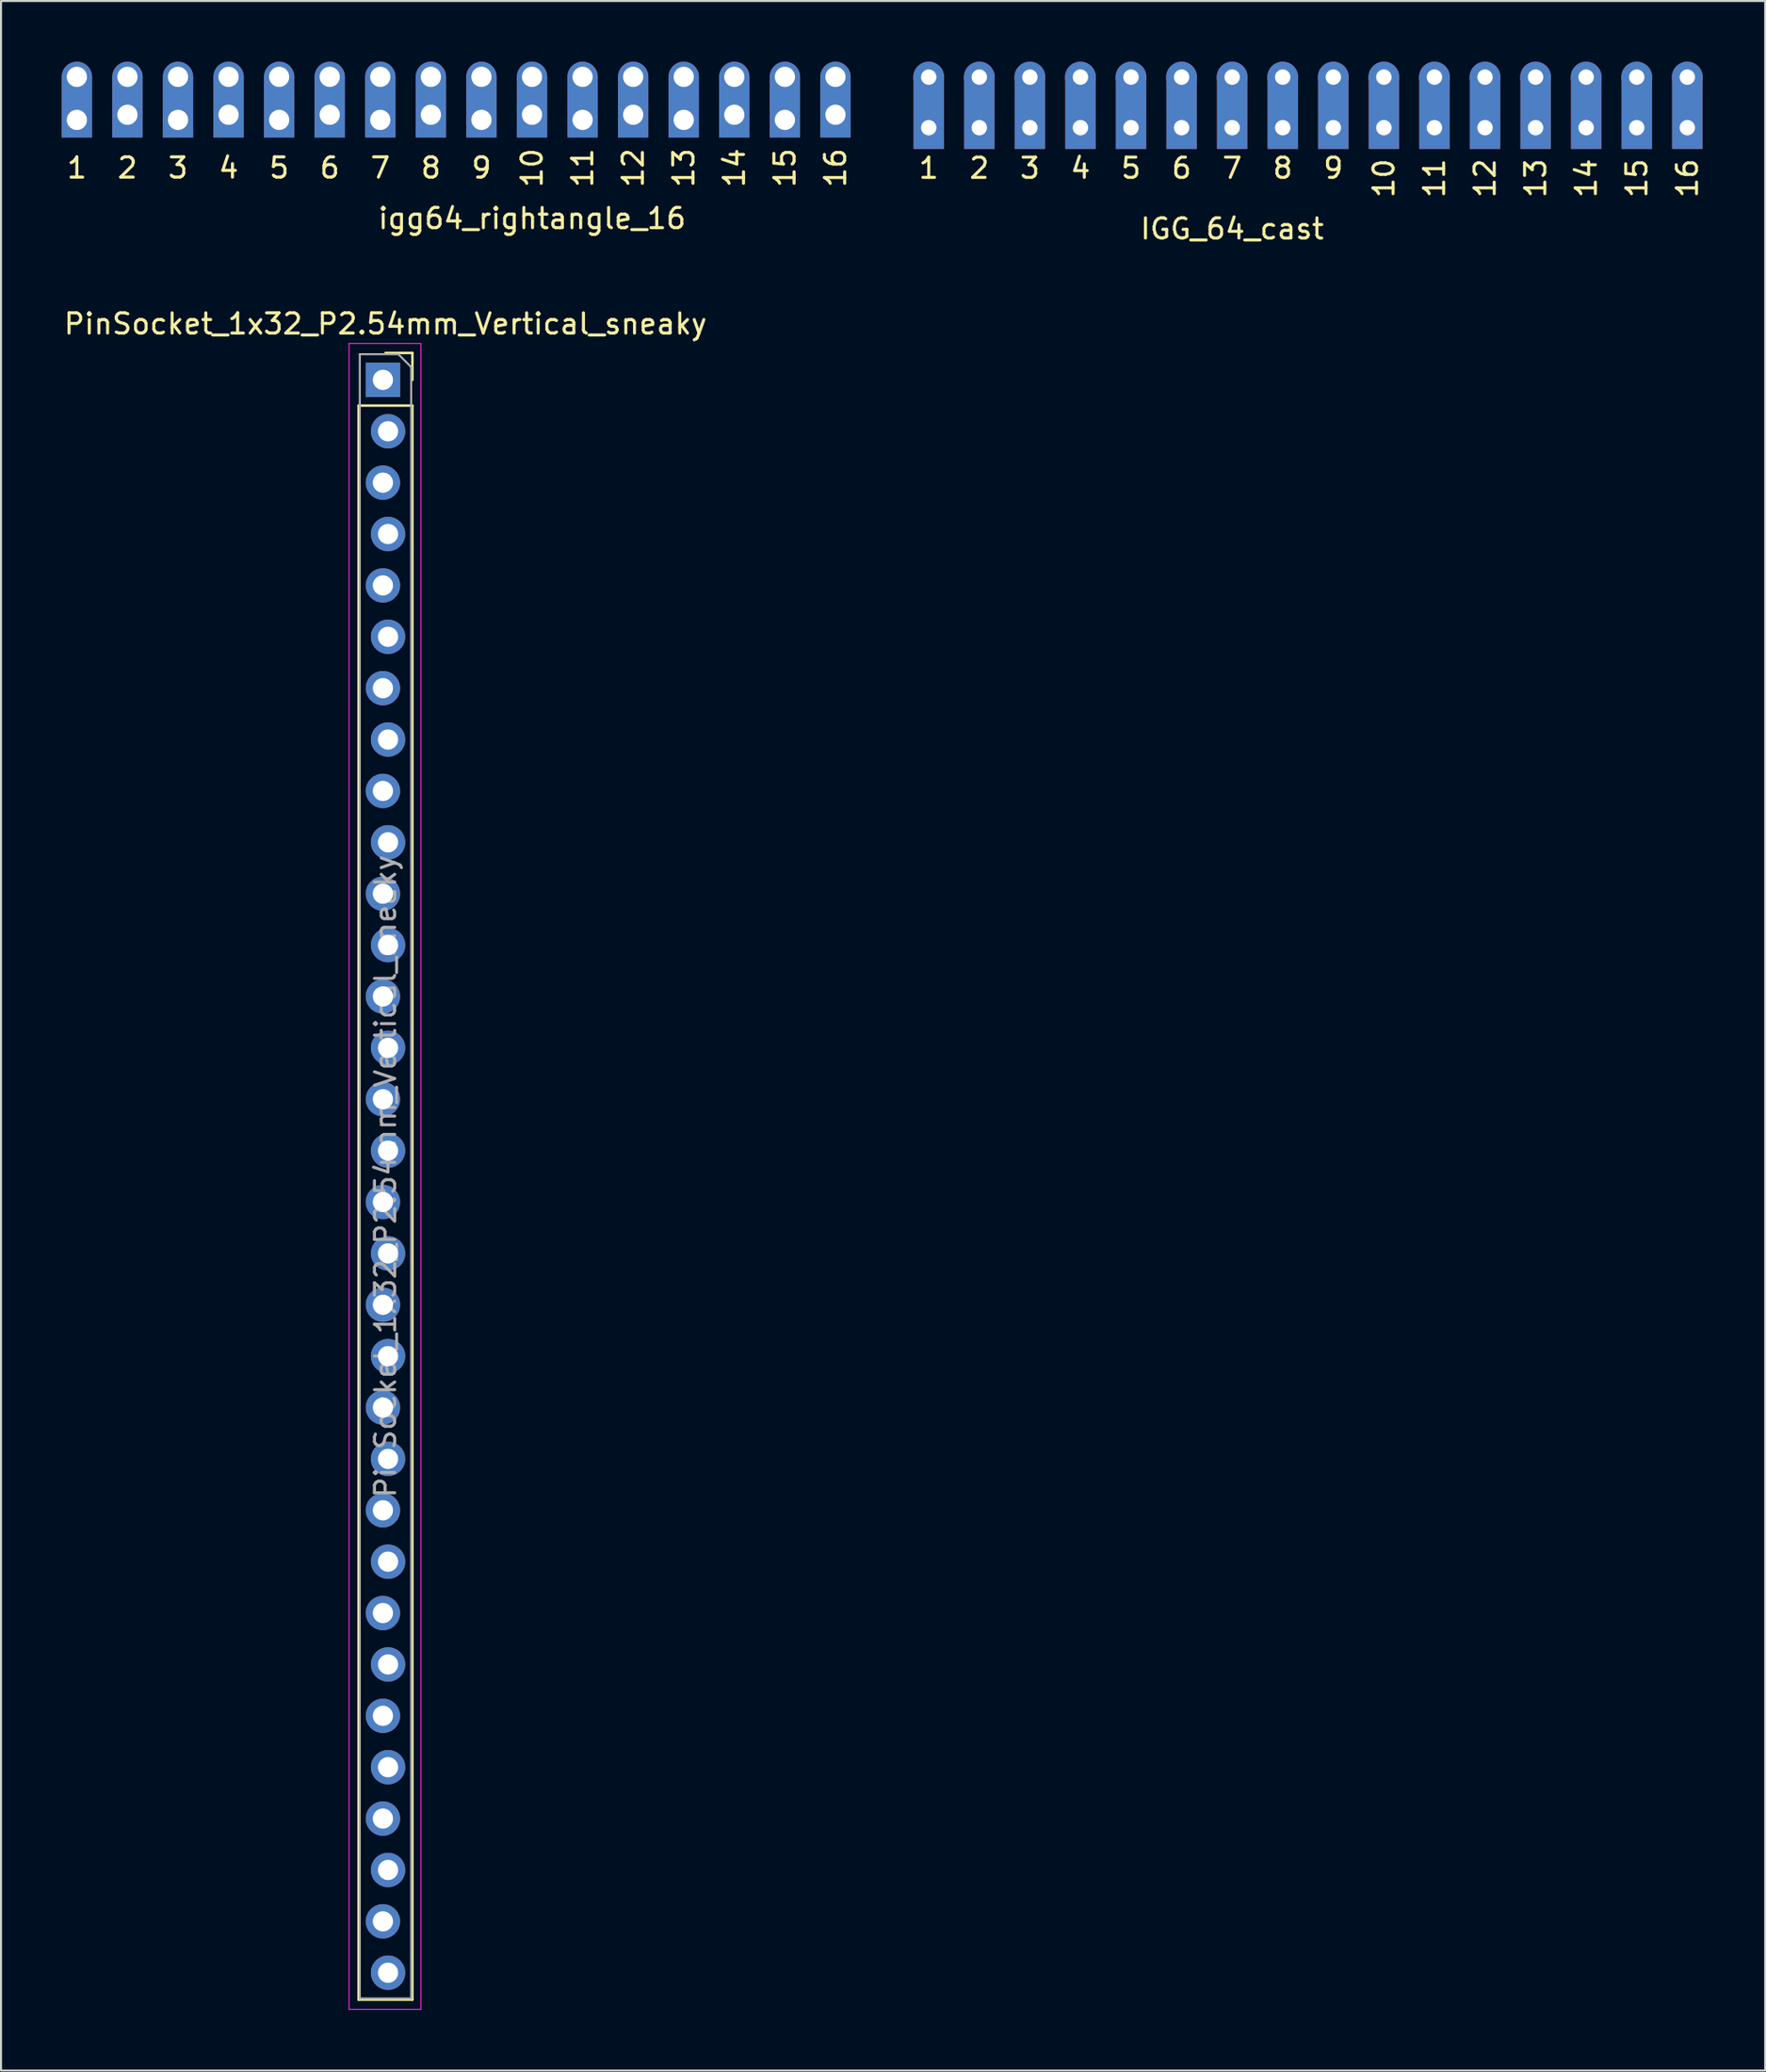
<source format=kicad_pcb>
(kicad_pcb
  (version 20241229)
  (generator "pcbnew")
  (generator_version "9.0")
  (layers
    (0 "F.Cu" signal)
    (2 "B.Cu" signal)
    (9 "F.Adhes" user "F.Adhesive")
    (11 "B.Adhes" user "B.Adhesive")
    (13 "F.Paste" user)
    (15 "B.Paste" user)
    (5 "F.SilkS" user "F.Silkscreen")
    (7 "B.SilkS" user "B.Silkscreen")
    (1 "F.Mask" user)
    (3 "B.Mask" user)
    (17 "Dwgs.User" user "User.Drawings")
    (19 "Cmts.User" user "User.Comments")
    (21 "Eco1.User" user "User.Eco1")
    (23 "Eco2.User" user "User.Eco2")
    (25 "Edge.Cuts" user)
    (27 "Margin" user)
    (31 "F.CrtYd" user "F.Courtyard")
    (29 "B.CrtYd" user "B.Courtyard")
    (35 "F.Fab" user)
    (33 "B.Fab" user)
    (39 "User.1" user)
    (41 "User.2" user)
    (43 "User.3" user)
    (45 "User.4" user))
  (footprint "PinSocket_1x32_P2.54mm_Vertical_sneaky"
    (layer "F.Cu")
    (at 16.006 15.729)
    (property "Reference" "PinSocket_1x32_P2.54mm_Vertical_sneaky" (at 0 -2.77 0) (layer "F.SilkS") (effects (font (size 1 1) (thickness 0.15))))
    (attr through_hole)
    (fp_line (start -1.33 1.27) (end -1.33 80.07) (stroke (width 0.12) (type solid)) (layer "F.SilkS"))
    (fp_line (start -1.33 1.27) (end 1.33 1.27) (stroke (width 0.12) (type solid)) (layer "F.SilkS"))
    (fp_line (start -1.33 80.07) (end 1.33 80.07) (stroke (width 0.12) (type solid)) (layer "F.SilkS"))
    (fp_line (start 0 -1.33) (end 1.33 -1.33) (stroke (width 0.12) (type solid)) (layer "F.SilkS"))
    (fp_line (start 1.33 -1.33) (end 1.33 0) (stroke (width 0.12) (type solid)) (layer "F.SilkS"))
    (fp_line (start 1.33 1.27) (end 1.33 80.07) (stroke (width 0.12) (type solid)) (layer "F.SilkS"))
    (fp_line (start -1.8 -1.8) (end 1.75 -1.8) (stroke (width 0.05) (type solid)) (layer "F.CrtYd"))
    (fp_line (start -1.8 80.55) (end -1.8 -1.8) (stroke (width 0.05) (type solid)) (layer "F.CrtYd"))
    (fp_line (start 1.75 -1.8) (end 1.75 80.55) (stroke (width 0.05) (type solid)) (layer "F.CrtYd"))
    (fp_line (start 1.75 80.55) (end -1.8 80.55) (stroke (width 0.05) (type solid)) (layer "F.CrtYd"))
    (fp_line (start -1.27 -1.27) (end 0.635 -1.27) (stroke (width 0.1) (type solid)) (layer "F.Fab"))
    (fp_line (start -1.27 80.01) (end -1.27 -1.27) (stroke (width 0.1) (type solid)) (layer "F.Fab"))
    (fp_line (start 0.635 -1.27) (end 1.27 -0.635) (stroke (width 0.1) (type solid)) (layer "F.Fab"))
    (fp_line (start 1.27 -0.635) (end 1.27 80.01) (stroke (width 0.1) (type solid)) (layer "F.Fab"))
    (fp_line (start 1.27 80.01) (end -1.27 80.01) (stroke (width 0.1) (type solid)) (layer "F.Fab"))
    (fp_text user "${REFERENCE}" (at 0 39.37 90) (layer "F.Fab") (effects (font (size 1 1) (thickness 0.15))))
    (pad "1" thru_hole rect (at -0.127 0) (size 1.7 1.7) (drill 1) (layers "*.Cu" "*.Mask"))
    (pad "2" thru_hole oval (at 0.127 2.54) (size 1.7 1.7) (drill 1) (layers "*.Cu" "*.Mask"))
    (pad "3" thru_hole oval (at -0.127 5.08) (size 1.7 1.7) (drill 1) (layers "*.Cu" "*.Mask"))
    (pad "4" thru_hole oval (at 0.127 7.62) (size 1.7 1.7) (drill 1) (layers "*.Cu" "*.Mask"))
    (pad "5" thru_hole oval (at -0.127 10.16) (size 1.7 1.7) (drill 1) (layers "*.Cu" "*.Mask"))
    (pad "6" thru_hole oval (at 0.127 12.7) (size 1.7 1.7) (drill 1) (layers "*.Cu" "*.Mask"))
    (pad "7" thru_hole oval (at -0.127 15.24) (size 1.7 1.7) (drill 1) (layers "*.Cu" "*.Mask"))
    (pad "8" thru_hole oval (at 0.127 17.78) (size 1.7 1.7) (drill 1) (layers "*.Cu" "*.Mask"))
    (pad "9" thru_hole oval (at -0.127 20.32) (size 1.7 1.7) (drill 1) (layers "*.Cu" "*.Mask"))
    (pad "10" thru_hole oval (at 0.127 22.86) (size 1.7 1.7) (drill 1) (layers "*.Cu" "*.Mask"))
    (pad "11" thru_hole oval (at -0.127 25.4) (size 1.7 1.7) (drill 1) (layers "*.Cu" "*.Mask"))
    (pad "12" thru_hole oval (at 0.127 27.94) (size 1.7 1.7) (drill 1) (layers "*.Cu" "*.Mask"))
    (pad "13" thru_hole oval (at -0.127 30.48) (size 1.7 1.7) (drill 1) (layers "*.Cu" "*.Mask"))
    (pad "14" thru_hole oval (at 0.127 33.02) (size 1.7 1.7) (drill 1) (layers "*.Cu" "*.Mask"))
    (pad "15" thru_hole oval (at -0.127 35.56) (size 1.7 1.7) (drill 1) (layers "*.Cu" "*.Mask"))
    (pad "16" thru_hole oval (at 0.127 38.1) (size 1.7 1.7) (drill 1) (layers "*.Cu" "*.Mask"))
    (pad "17" thru_hole oval (at -0.127 40.64) (size 1.7 1.7) (drill 1) (layers "*.Cu" "*.Mask"))
    (pad "18" thru_hole oval (at 0.127 43.18) (size 1.7 1.7) (drill 1) (layers "*.Cu" "*.Mask"))
    (pad "19" thru_hole oval (at -0.127 45.72) (size 1.7 1.7) (drill 1) (layers "*.Cu" "*.Mask"))
    (pad "20" thru_hole oval (at 0.127 48.26) (size 1.7 1.7) (drill 1) (layers "*.Cu" "*.Mask"))
    (pad "21" thru_hole oval (at -0.127 50.8) (size 1.7 1.7) (drill 1) (layers "*.Cu" "*.Mask"))
    (pad "22" thru_hole oval (at 0.127 53.34) (size 1.7 1.7) (drill 1) (layers "*.Cu" "*.Mask"))
    (pad "23" thru_hole oval (at -0.127 55.88) (size 1.7 1.7) (drill 1) (layers "*.Cu" "*.Mask"))
    (pad "24" thru_hole oval (at 0.127 58.42) (size 1.7 1.7) (drill 1) (layers "*.Cu" "*.Mask"))
    (pad "25" thru_hole oval (at -0.127 60.96) (size 1.7 1.7) (drill 1) (layers "*.Cu" "*.Mask"))
    (pad "26" thru_hole oval (at 0.127 63.5) (size 1.7 1.7) (drill 1) (layers "*.Cu" "*.Mask"))
    (pad "27" thru_hole oval (at -0.127 66.04) (size 1.7 1.7) (drill 1) (layers "*.Cu" "*.Mask"))
    (pad "28" thru_hole oval (at 0.127 68.58) (size 1.7 1.7) (drill 1) (layers "*.Cu" "*.Mask"))
    (pad "29" thru_hole oval (at -0.127 71.12) (size 1.7 1.7) (drill 1) (layers "*.Cu" "*.Mask"))
    (pad "30" thru_hole oval (at 0.127 73.66) (size 1.7 1.7) (drill 1) (layers "*.Cu" "*.Mask"))
    (pad "31" thru_hole oval (at -0.127 76.2) (size 1.7 1.7) (drill 1) (layers "*.Cu" "*.Mask"))
    (pad "32" thru_hole oval (at 0.127 78.74) (size 1.7 1.7) (drill 1) (layers "*.Cu" "*.Mask")))
  (footprint "IGG_64_cast"
    (layer "F.Cu")
    (at 60.36 3.262)
    (property "Reference" "IGG_64_cast" (at -2.5 5 0) (layer "F.SilkS") (effects (font (size 1 1) (thickness 0.15))))
    (attr through_hole)
    (fp_text user "5" (at -7.5 2 0) (layer "F.SilkS") (effects (font (size 1 1) (thickness 0.15))))
    (fp_text user "11" (at 7.5 2.5 90) (layer "F.SilkS") (effects (font (size 1 1) (thickness 0.15))))
    (fp_text user "3" (at -12.5 2 0) (layer "F.SilkS") (effects (font (size 1 1) (thickness 0.15))))
    (fp_text user "1" (at -17.5 2 0) (layer "F.SilkS") (effects (font (size 1 1) (thickness 0.15))))
    (fp_text user "6" (at -5 2 0) (layer "F.SilkS") (effects (font (size 1 1) (thickness 0.15))))
    (fp_text user "12" (at 10 2.5 90) (layer "F.SilkS") (effects (font (size 1 1) (thickness 0.15))))
    (fp_text user "7" (at -2.5 2 0) (layer "F.SilkS") (effects (font (size 1 1) (thickness 0.15))))
    (fp_text user "15" (at 17.5 2.5 90) (layer "F.SilkS") (effects (font (size 1 1) (thickness 0.15))))
    (fp_text user "16" (at 20 2.5 90) (layer "F.SilkS") (effects (font (size 1 1) (thickness 0.15))))
    (fp_text user "10" (at 5 2.5 90) (layer "F.SilkS") (effects (font (size 1 1) (thickness 0.15))))
    (fp_text user "2" (at -15 2 0) (layer "F.SilkS") (effects (font (size 1 1) (thickness 0.15))))
    (fp_text user "13" (at 12.5 2.5 90) (layer "F.SilkS") (effects (font (size 1 1) (thickness 0.15))))
    (fp_text user "14" (at 15 2.5 90) (layer "F.SilkS") (effects (font (size 1 1) (thickness 0.15))))
    (fp_text user "4" (at -10 2 0) (layer "F.SilkS") (effects (font (size 1 1) (thickness 0.15))))
    (fp_text user "8" (at 0 2 0) (layer "F.SilkS") (effects (font (size 1 1) (thickness 0.15))))
    (fp_text user "9" (at 2.5 2 0) (layer "F.SilkS") (effects (font (size 1 1) (thickness 0.15))))
    (pad "" thru_hole circle (at -17.5 -2.5) (size 1.524 1.524) (drill 0.762) (layers "*.Cu" "*.Mask"))
    (pad "" thru_hole circle (at -15 -2.5) (size 1.524 1.524) (drill 0.762) (layers "*.Cu" "*.Mask"))
    (pad "" thru_hole circle (at -12.5 -2.5) (size 1.524 1.524) (drill 0.762) (layers "*.Cu" "*.Mask"))
    (pad "" thru_hole circle (at -10 -2.5) (size 1.524 1.524) (drill 0.762) (layers "*.Cu" "*.Mask"))
    (pad "" thru_hole circle (at -7.5 -2.5) (size 1.524 1.524) (drill 0.762) (layers "*.Cu" "*.Mask"))
    (pad "" thru_hole circle (at -5 -2.5) (size 1.524 1.524) (drill 0.762) (layers "*.Cu" "*.Mask"))
    (pad "" thru_hole circle (at -2.5 -2.5) (size 1.524 1.524) (drill 0.762) (layers "*.Cu" "*.Mask"))
    (pad "" thru_hole circle (at 0 -2.5) (size 1.524 1.524) (drill 0.762) (layers "*.Cu" "*.Mask"))
    (pad "" thru_hole circle (at 2.5 -2.5) (size 1.524 1.524) (drill 0.762) (layers "*.Cu" "*.Mask"))
    (pad "" thru_hole circle (at 5 -2.5) (size 1.524 1.524) (drill 0.762) (layers "*.Cu" "*.Mask"))
    (pad "" thru_hole circle (at 7.5 -2.5) (size 1.524 1.524) (drill 0.762) (layers "*.Cu" "*.Mask"))
    (pad "" thru_hole circle (at 10 -2.5) (size 1.524 1.524) (drill 0.762) (layers "*.Cu" "*.Mask"))
    (pad "" thru_hole circle (at 12.5 -2.5) (size 1.524 1.524) (drill 0.762) (layers "*.Cu" "*.Mask"))
    (pad "" thru_hole circle (at 15 -2.5) (size 1.524 1.524) (drill 0.762) (layers "*.Cu" "*.Mask"))
    (pad "" thru_hole circle (at 17.5 -2.5) (size 1.524 1.524) (drill 0.762) (layers "*.Cu" "*.Mask"))
    (pad "" thru_hole circle (at 20 -2.5) (size 1.524 1.524) (drill 0.762) (layers "*.Cu" "*.Mask"))
    (pad "1" thru_hole rect (at -17.5 0) (size 1.5 3.5) (drill 0.762 (offset 0 -0.7)) (layers "*.Cu" "*.Mask"))
    (pad "2" thru_hole rect (at -15 0) (size 1.5 3.5) (drill 0.762 (offset 0 -0.7)) (layers "*.Cu" "*.Mask"))
    (pad "3" thru_hole rect (at -12.5 0) (size 1.5 3.5) (drill 0.762 (offset 0 -0.7)) (layers "*.Cu" "*.Mask"))
    (pad "4" thru_hole rect (at -10 0) (size 1.5 3.5) (drill 0.762 (offset 0 -0.7)) (layers "*.Cu" "*.Mask"))
    (pad "5" thru_hole rect (at -7.5 0) (size 1.5 3.5) (drill 0.762 (offset 0 -0.7)) (layers "*.Cu" "*.Mask"))
    (pad "6" thru_hole rect (at -5 0) (size 1.5 3.5) (drill 0.762 (offset 0 -0.7)) (layers "*.Cu" "*.Mask"))
    (pad "7" thru_hole rect (at -2.5 0) (size 1.5 3.5) (drill 0.762 (offset 0 -0.7)) (layers "*.Cu" "*.Mask"))
    (pad "8" thru_hole rect (at 0 0) (size 1.5 3.5) (drill 0.762 (offset 0 -0.7)) (layers "*.Cu" "*.Mask"))
    (pad "9" thru_hole rect (at 2.5 0) (size 1.5 3.5) (drill 0.762 (offset 0 -0.7)) (layers "*.Cu" "*.Mask"))
    (pad "10" thru_hole rect (at 5 0) (size 1.5 3.5) (drill 0.762 (offset 0 -0.7)) (layers "*.Cu" "*.Mask"))
    (pad "11" thru_hole rect (at 7.5 0) (size 1.5 3.5) (drill 0.762 (offset 0 -0.7)) (layers "*.Cu" "*.Mask"))
    (pad "12" thru_hole rect (at 10 0) (size 1.5 3.5) (drill 0.762 (offset 0 -0.7)) (layers "*.Cu" "*.Mask"))
    (pad "13" thru_hole rect (at 12.5 0) (size 1.5 3.5) (drill 0.762 (offset 0 -0.7)) (layers "*.Cu" "*.Mask"))
    (pad "14" thru_hole rect (at 15 0) (size 1.5 3.5) (drill 0.762 (offset 0 -0.7)) (layers "*.Cu" "*.Mask"))
    (pad "15" thru_hole rect (at 17.5 0) (size 1.5 3.5) (drill 0.762 (offset 0 -0.7)) (layers "*.Cu" "*.Mask"))
    (pad "16" thru_hole rect (at 20 0) (size 1.5 3.5) (drill 0.762 (offset 0 -0.7)) (layers "*.Cu" "*.Mask")))
  (footprint "igg64_rightangle_16"
    (layer "F.Cu")
    (at 18.25 2.75)
    (property "Reference" "igg64_rightangle_16" (at 5 5 0) (layer "F.SilkS") (effects (font (size 1 1) (thickness 0.15))))
    (attr through_hole)
    (fp_text user "10" (at 5 2.5 90) (layer "F.SilkS") (effects (font (size 1 1) (thickness 0.15))))
    (fp_text user "9" (at 2.5 2.5 0) (layer "F.SilkS") (effects (font (size 1 1) (thickness 0.15))))
    (fp_text user "7" (at -2.5 2.5 0) (layer "F.SilkS") (effects (font (size 1 1) (thickness 0.15))))
    (fp_text user "6" (at -5 2.5 0) (layer "F.SilkS") (effects (font (size 1 1) (thickness 0.15))))
    (fp_text user "4" (at -10 2.5 0) (layer "F.SilkS") (effects (font (size 1 1) (thickness 0.15))))
    (fp_text user "12" (at 10 2.5 90) (layer "F.SilkS") (effects (font (size 1 1) (thickness 0.15))))
    (fp_text user "3" (at -12.5 2.5 0) (layer "F.SilkS") (effects (font (size 1 1) (thickness 0.15))))
    (fp_text user "11" (at 7.5 2.5 90) (layer "F.SilkS") (effects (font (size 1 1) (thickness 0.15))))
    (fp_text user "1" (at -17.5 2.5 0) (layer "F.SilkS") (effects (font (size 1 1) (thickness 0.15))))
    (fp_text user "14" (at 15 2.5 90) (layer "F.SilkS") (effects (font (size 1 1) (thickness 0.15))))
    (fp_text user "5" (at -7.5 2.5 0) (layer "F.SilkS") (effects (font (size 1 1) (thickness 0.15))))
    (fp_text user "13" (at 12.5 2.5 90) (layer "F.SilkS") (effects (font (size 1 1) (thickness 0.15))))
    (fp_text user "15" (at 17.5 2.5 90) (layer "F.SilkS") (effects (font (size 1 1) (thickness 0.15))))
    (fp_text user "8" (at 0 2.5 0) (layer "F.SilkS") (effects (font (size 1 1) (thickness 0.15))))
    (fp_text user "16" (at 20 2.5 90) (layer "F.SilkS") (effects (font (size 1 1) (thickness 0.15))))
    (fp_text user "2" (at -15 2.5 0) (layer "F.SilkS") (effects (font (size 1 1) (thickness 0.15))))
    (pad "" thru_hole circle (at -17.5 -2) (size 1.5 1.5) (drill 1) (layers "*.Cu" "*.Mask"))
    (pad "" thru_hole circle (at -15 -2) (size 1.5 1.5) (drill 1) (layers "*.Cu" "*.Mask"))
    (pad "" thru_hole circle (at -12.5 -2) (size 1.5 1.5) (drill 1) (layers "*.Cu" "*.Mask"))
    (pad "" thru_hole circle (at -10 -2) (size 1.5 1.5) (drill 1) (layers "*.Cu" "*.Mask"))
    (pad "" thru_hole circle (at -7.5 -2) (size 1.5 1.5) (drill 1) (layers "*.Cu" "*.Mask"))
    (pad "" thru_hole circle (at -5 -2) (size 1.5 1.5) (drill 1) (layers "*.Cu" "*.Mask"))
    (pad "" thru_hole circle (at -2.5 -2) (size 1.5 1.5) (drill 1) (layers "*.Cu" "*.Mask"))
    (pad "" thru_hole circle (at 0 -2) (size 1.5 1.5) (drill 1) (layers "*.Cu" "*.Mask"))
    (pad "" thru_hole circle (at 2.5 -2) (size 1.5 1.5) (drill 1) (layers "*.Cu" "*.Mask"))
    (pad "" thru_hole circle (at 5 -2) (size 1.5 1.5) (drill 1) (layers "*.Cu" "*.Mask"))
    (pad "" thru_hole circle (at 7.5 -2) (size 1.5 1.5) (drill 1) (layers "*.Cu" "*.Mask"))
    (pad "" thru_hole circle (at 10 -2) (size 1.5 1.5) (drill 1) (layers "*.Cu" "*.Mask"))
    (pad "" thru_hole circle (at 12.5 -2) (size 1.5 1.5) (drill 1) (layers "*.Cu" "*.Mask"))
    (pad "" thru_hole circle (at 15 -2) (size 1.5 1.5) (drill 1) (layers "*.Cu" "*.Mask"))
    (pad "" thru_hole circle (at 17.5 -2) (size 1.5 1.5) (drill 1) (layers "*.Cu" "*.Mask"))
    (pad "" thru_hole circle (at 20 -2) (size 1.5 1.5) (drill 1) (layers "*.Cu" "*.Mask"))
    (pad "1" thru_hole rect (at -17.5 0.127) (size 1.5 3) (drill 1 (offset 0 -0.627)) (layers "*.Cu" "*.Mask"))
    (pad "2" thru_hole rect (at -15 -0.127) (size 1.5 3) (drill 1 (offset 0 -0.373)) (layers "*.Cu" "*.Mask"))
    (pad "3" thru_hole rect (at -12.5 0.127) (size 1.5 3) (drill 1 (offset 0 -0.627)) (layers "*.Cu" "*.Mask"))
    (pad "4" thru_hole rect (at -10 -0.127) (size 1.5 3) (drill 1 (offset 0 -0.373)) (layers "*.Cu" "*.Mask"))
    (pad "5" thru_hole rect (at -7.5 0.127) (size 1.5 3) (drill 1 (offset 0 -0.627)) (layers "*.Cu" "*.Mask"))
    (pad "6" thru_hole rect (at -5 -0.127) (size 1.5 3) (drill 1 (offset 0 -0.373)) (layers "*.Cu" "*.Mask"))
    (pad "7" thru_hole rect (at -2.5 0.127) (size 1.5 3) (drill 1 (offset 0 -0.627)) (layers "*.Cu" "*.Mask"))
    (pad "8" thru_hole rect (at 0 -0.127) (size 1.5 3) (drill 1 (offset 0 -0.373)) (layers "*.Cu" "*.Mask"))
    (pad "9" thru_hole rect (at 2.5 0.127) (size 1.5 3) (drill 1 (offset 0 -0.627)) (layers "*.Cu" "*.Mask"))
    (pad "10" thru_hole rect (at 5 -0.127) (size 1.5 3) (drill 1 (offset 0 -0.373)) (layers "*.Cu" "*.Mask"))
    (pad "11" thru_hole rect (at 7.5 0.127) (size 1.5 3) (drill 1 (offset 0 -0.627)) (layers "*.Cu" "*.Mask"))
    (pad "12" thru_hole rect (at 10 -0.127) (size 1.5 3) (drill 1 (offset 0 -0.373)) (layers "*.Cu" "*.Mask"))
    (pad "13" thru_hole rect (at 12.5 0.127) (size 1.5 3) (drill 1 (offset 0 -0.627)) (layers "*.Cu" "*.Mask"))
    (pad "14" thru_hole rect (at 15 -0.127) (size 1.5 3) (drill 1 (offset 0 -0.373)) (layers "*.Cu" "*.Mask"))
    (pad "15" thru_hole rect (at 17.5 0.127) (size 1.5 3) (drill 1 (offset 0 -0.627)) (layers "*.Cu" "*.Mask"))
    (pad "16" thru_hole rect (at 20 -0.127) (size 1.5 3) (drill 1 (offset 0 -0.373)) (layers "*.Cu" "*.Mask")))
  (gr_rect
    (start -3 -3)
    (end 84.209 99.303)
    (stroke (width 0.1) (type default))
    (fill no)
    (layer "Edge.Cuts")))
</source>
